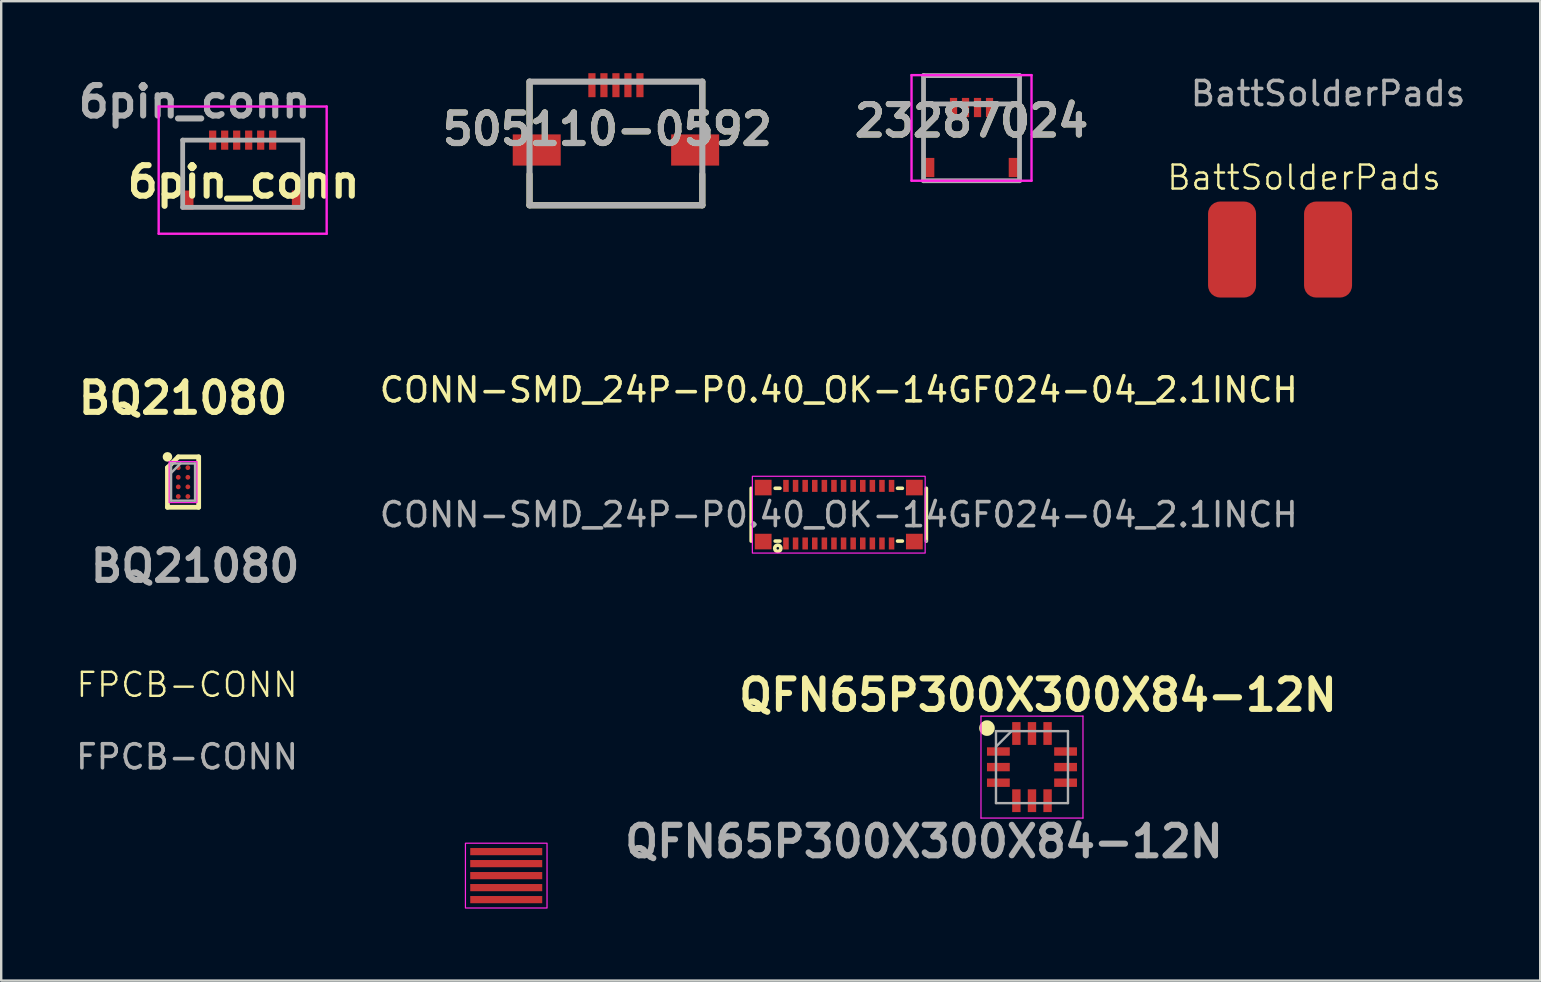
<source format=kicad_pcb>
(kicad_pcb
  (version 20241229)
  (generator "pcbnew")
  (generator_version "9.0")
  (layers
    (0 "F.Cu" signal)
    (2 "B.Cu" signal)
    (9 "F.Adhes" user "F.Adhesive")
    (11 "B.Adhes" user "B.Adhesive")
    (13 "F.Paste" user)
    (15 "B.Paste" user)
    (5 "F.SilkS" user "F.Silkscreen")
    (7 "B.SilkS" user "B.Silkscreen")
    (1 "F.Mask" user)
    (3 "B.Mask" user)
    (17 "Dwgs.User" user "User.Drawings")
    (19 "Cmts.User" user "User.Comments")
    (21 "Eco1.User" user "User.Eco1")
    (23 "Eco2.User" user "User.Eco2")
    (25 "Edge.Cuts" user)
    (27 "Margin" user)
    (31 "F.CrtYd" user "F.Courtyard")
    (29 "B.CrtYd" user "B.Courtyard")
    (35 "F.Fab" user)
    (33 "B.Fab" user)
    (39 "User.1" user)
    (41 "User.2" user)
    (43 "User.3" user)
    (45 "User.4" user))
  (footprint "23287024"
    (layer "F.Cu")
    (at 37.432 2.88)
    (property "Reference" "23287024" (at 0 -0.9 0) (layer "F.SilkS") (effects (font (size 1.27 1.27) (thickness 0.254))))
    (attr smd)
    (fp_line (start -2 -1.6) (end -1.5 -1.6) (stroke (width 0.1) (type solid)) (layer "F.SilkS"))
    (fp_line (start -2 0.1) (end -2 -1.6) (stroke (width 0.1) (type solid)) (layer "F.SilkS"))
    (fp_line (start -1 1.6) (end 1 1.6) (stroke (width 0.1) (type solid)) (layer "F.SilkS"))
    (fp_line (start 2 -1.6) (end 1.5 -1.6) (stroke (width 0.1) (type solid)) (layer "F.SilkS"))
    (fp_line (start 2 0.1) (end 2 -1.6) (stroke (width 0.1) (type solid)) (layer "F.SilkS"))
    (fp_line (start -2.5 -2.8) (end 2.5 -2.8) (stroke (width 0.1) (type solid)) (layer "F.CrtYd"))
    (fp_line (start -2.5 1.6) (end -2.5 -2.8) (stroke (width 0.1) (type solid)) (layer "F.CrtYd"))
    (fp_line (start 2.5 -2.8) (end 2.5 1.6) (stroke (width 0.1) (type solid)) (layer "F.CrtYd"))
    (fp_line (start 2.5 1.6) (end -2.5 1.6) (stroke (width 0.1) (type solid)) (layer "F.CrtYd"))
    (fp_line (start -2 -2.78) (end 2 -2.78) (stroke (width 0.2) (type solid)) (layer "F.Fab"))
    (fp_line (start -2 -1.6) (end 2 -1.6) (stroke (width 0.2) (type solid)) (layer "F.Fab"))
    (fp_line (start -2 1.6) (end -2 -2.78) (stroke (width 0.2) (type solid)) (layer "F.Fab"))
    (fp_line (start 2 -2.78) (end 2 1.6) (stroke (width 0.2) (type solid)) (layer "F.Fab"))
    (fp_line (start 2 1.6) (end -2 1.6) (stroke (width 0.2) (type solid)) (layer "F.Fab"))
    (fp_text user "${REFERENCE}" (at 0 -0.9 0) (layer "F.Fab") (effects (font (size 1.27 1.27) (thickness 0.254))))
    (pad "1" smd rect (at 0.75 -1.45) (size 0.3 0.8) (layers "F.Cu" "F.Mask" "F.Paste"))
    (pad "2" smd rect (at 0.25 -1.45) (size 0.3 0.8) (layers "F.Cu" "F.Mask" "F.Paste"))
    (pad "3" smd rect (at -0.25 -1.45) (size 0.3 0.8) (layers "F.Cu" "F.Mask" "F.Paste"))
    (pad "4" smd rect (at -0.75 -1.45) (size 0.3 0.8) (layers "F.Cu" "F.Mask" "F.Paste"))
    (pad "MP1" smd rect (at 1.75 1.05) (size 0.4 0.8) (layers "F.Cu" "F.Mask" "F.Paste"))
    (pad "MP2" smd rect (at -1.75 1.05) (size 0.4 0.8) (layers "F.Cu" "F.Mask" "F.Paste")))
  (footprint "505110-0592"
    (layer "F.Cu")
    (at 22.615 0.353)
    (property "Reference" "505110-0592" (at -0.363 1.981 0) (layer "F.SilkS") (effects (font (size 1.27 1.27) (thickness 0.254))))
    (attr smd)
    (fp_line (start -3.6 0) (end -3.6 1.748) (stroke (width 0.254) (type solid)) (layer "F.SilkS"))
    (fp_line (start -3.6 5.15) (end -3.6 3.861) (stroke (width 0.254) (type solid)) (layer "F.SilkS"))
    (fp_line (start -3.6 5.15) (end 3.6 5.15) (stroke (width 0.254) (type solid)) (layer "F.SilkS"))
    (fp_line (start 3.6 0) (end 3.6 1.748) (stroke (width 0.254) (type solid)) (layer "F.SilkS"))
    (fp_line (start 3.6 5.15) (end 3.6 3.861) (stroke (width 0.254) (type solid)) (layer "F.SilkS"))
    (fp_line (start -3.6 0) (end 3.6 0) (stroke (width 0.254) (type solid)) (layer "F.Fab"))
    (fp_line (start -3.6 5.15) (end -3.6 0) (stroke (width 0.254) (type solid)) (layer "F.Fab"))
    (fp_line (start 3.6 0) (end 3.6 5.15) (stroke (width 0.254) (type solid)) (layer "F.Fab"))
    (fp_line (start 3.6 5.15) (end -3.6 5.15) (stroke (width 0.254) (type solid)) (layer "F.Fab"))
    (fp_text user "${REFERENCE}" (at -0.363 1.981 0) (layer "F.Fab") (effects (font (size 1.27 1.27) (thickness 0.254))))
    (pad "1" smd rect (at -1 0.147) (size 0.3 1) (layers "F.Cu" "F.Mask" "F.Paste"))
    (pad "2" smd rect (at -0.5 0.147) (size 0.3 1) (layers "F.Cu" "F.Mask" "F.Paste"))
    (pad "3" smd rect (at 0 0.147) (size 0.3 1) (layers "F.Cu" "F.Mask" "F.Paste"))
    (pad "4" smd rect (at 0.5 0.147) (size 0.3 1) (layers "F.Cu" "F.Mask" "F.Paste"))
    (pad "5" smd rect (at 1 0.147) (size 0.3 1) (layers "F.Cu" "F.Mask" "F.Paste"))
    (pad "6" smd rect (at -3.3 2.847 90) (size 1.3 2) (layers "F.Cu" "F.Mask" "F.Paste"))
    (pad "7" smd rect (at 3.3 2.847 90) (size 1.3 2) (layers "F.Cu" "F.Mask" "F.Paste")))
  (footprint "6pin_conn"
    (layer "F.Cu")
    (at 7.062 4.189)
    (property "Reference" "6pin_conn" (at 0.041 0.339 0) (layer "F.SilkS") (effects (font (size 1.27 1.27) (thickness 0.254))))
    (attr smd)
    (fp_line (start -2.5 -1.4) (end -2.5 0.2) (stroke (width 0.1) (type solid)) (layer "F.SilkS"))
    (fp_line (start -2 -1.4) (end -2.5 -1.4) (stroke (width 0.1) (type solid)) (layer "F.SilkS"))
    (fp_line (start -1.5 1.4) (end 1.5 1.4) (stroke (width 0.1) (type solid)) (layer "F.SilkS"))
    (fp_line (start 2 -1.4) (end 2.5 -1.4) (stroke (width 0.1) (type solid)) (layer "F.SilkS"))
    (fp_line (start 2.5 -1.4) (end 2.5 0.2) (stroke (width 0.1) (type solid)) (layer "F.SilkS"))
    (fp_line (start -3.5 -2.8) (end 3.5 -2.8) (stroke (width 0.1) (type solid)) (layer "F.CrtYd"))
    (fp_line (start -3.5 2.5) (end -3.5 -2.8) (stroke (width 0.1) (type solid)) (layer "F.CrtYd"))
    (fp_line (start 3.5 -2.8) (end 3.5 2.5) (stroke (width 0.1) (type solid)) (layer "F.CrtYd"))
    (fp_line (start 3.5 2.5) (end -3.5 2.5) (stroke (width 0.1) (type solid)) (layer "F.CrtYd"))
    (fp_line (start -2.5 -1.4) (end 2.5 -1.4) (stroke (width 0.2) (type solid)) (layer "F.Fab"))
    (fp_line (start -2.5 1.4) (end -2.5 -1.4) (stroke (width 0.2) (type solid)) (layer "F.Fab"))
    (fp_line (start 2.5 -1.4) (end 2.5 1.4) (stroke (width 0.2) (type solid)) (layer "F.Fab"))
    (fp_line (start 2.5 1.4) (end -2.5 1.4) (stroke (width 0.2) (type solid)) (layer "F.Fab"))
    (fp_text user "${REFERENCE}" (at -2 -3 0) (layer "F.Fab") (effects (font (size 1.27 1.27) (thickness 0.254))))
    (pad "1" smd rect (at 1.25 -1.4) (size 0.3 0.8) (layers "F.Cu" "F.Mask" "F.Paste"))
    (pad "2" smd rect (at 0.75 -1.4) (size 0.3 0.8) (layers "F.Cu" "F.Mask" "F.Paste"))
    (pad "3" smd rect (at 0.25 -1.4) (size 0.3 0.8) (layers "F.Cu" "F.Mask" "F.Paste"))
    (pad "4" smd rect (at -0.25 -1.4) (size 0.3 0.8) (layers "F.Cu" "F.Mask" "F.Paste"))
    (pad "5" smd rect (at -0.75 -1.4) (size 0.3 0.8) (layers "F.Cu" "F.Mask" "F.Paste"))
    (pad "6" smd rect (at -1.25 -1.4) (size 0.3 0.8) (layers "F.Cu" "F.Mask" "F.Paste"))
    (pad "MP1" smd rect (at -2.25 1.1) (size 0.4 0.8) (layers "F.Cu" "F.Mask" "F.Paste"))
    (pad "MP2" smd rect (at 2.25 1.1) (size 0.4 0.8) (layers "F.Cu" "F.Mask" "F.Paste")))
  (footprint "CONN-SMD_24P-P0.40_OK-14GF024-04_2.1INCH"
    (layer "F.Cu")
    (at 31.9 18.396)
    (property "Reference" "CONN-SMD_24P-P0.40_OK-14GF024-04_2.1INCH" (at 0 -5.2 0) (layer "F.SilkS") (effects (font (size 1 1) (thickness 0.15))))
    (attr through_hole)
    (fp_line (start -3.65 1.1) (end -3.65 -1.1) (stroke (width 0.15) (type solid)) (layer "F.SilkS"))
    (fp_line (start -2.65 -1.1) (end -2.45 -1.1) (stroke (width 0.15) (type solid)) (layer "F.SilkS"))
    (fp_line (start -2.65 1.1) (end -2.45 1.1) (stroke (width 0.15) (type solid)) (layer "F.SilkS"))
    (fp_line (start 2.45 -1.1) (end 2.65 -1.1) (stroke (width 0.15) (type solid)) (layer "F.SilkS"))
    (fp_line (start 2.45 1.1) (end 2.65 1.1) (stroke (width 0.15) (type solid)) (layer "F.SilkS"))
    (fp_line (start 3.65 1.1) (end 3.65 -1.1) (stroke (width 0.15) (type solid)) (layer "F.SilkS"))
    (fp_circle (center -2.54 1.4) (end -2.41 1.4) (stroke (width 0.15) (type solid)) (fill no) (layer "F.SilkS"))
    (fp_rect (start -3.6 -1.6) (end 3.6 1.6) (stroke (width 0.05) (type default)) (fill no) (layer "F.CrtYd"))
    (fp_circle (center 3.65 1.1) (end 3.68 1.1) (stroke (width 0.06) (type solid)) (fill no) (layer "F.Fab"))
    (fp_text user "${REFERENCE}" (at 0 0 0) (layer "F.Fab") (effects (font (size 1 1) (thickness 0.15))))
    (pad "1" smd rect (at -2.2 1.2 180) (size 0.23 0.5) (layers "F.Cu" "F.Mask" "F.Paste"))
    (pad "2" smd rect (at -1.8 1.2 180) (size 0.23 0.5) (layers "F.Cu" "F.Mask" "F.Paste"))
    (pad "3" smd rect (at -1.4 1.2 180) (size 0.23 0.5) (layers "F.Cu" "F.Mask" "F.Paste"))
    (pad "4" smd rect (at -1 1.2 180) (size 0.23 0.5) (layers "F.Cu" "F.Mask" "F.Paste"))
    (pad "5" smd rect (at -0.6 1.2 180) (size 0.23 0.5) (layers "F.Cu" "F.Mask" "F.Paste"))
    (pad "6" smd rect (at -0.2 1.2 180) (size 0.23 0.5) (layers "F.Cu" "F.Mask" "F.Paste"))
    (pad "7" smd rect (at 0.2 1.2 180) (size 0.23 0.5) (layers "F.Cu" "F.Mask" "F.Paste"))
    (pad "8" smd rect (at 0.6 1.2 180) (size 0.23 0.5) (layers "F.Cu" "F.Mask" "F.Paste"))
    (pad "9" smd rect (at 1 1.2 180) (size 0.23 0.5) (layers "F.Cu" "F.Mask" "F.Paste"))
    (pad "10" smd rect (at 1.4 1.2 180) (size 0.23 0.5) (layers "F.Cu" "F.Mask" "F.Paste"))
    (pad "11" smd rect (at 1.8 1.2 180) (size 0.23 0.5) (layers "F.Cu" "F.Mask" "F.Paste"))
    (pad "12" smd rect (at 2.2 1.2 180) (size 0.23 0.5) (layers "F.Cu" "F.Mask" "F.Paste"))
    (pad "13" smd rect (at 2.2 -1.2 180) (size 0.23 0.5) (layers "F.Cu" "F.Mask" "F.Paste"))
    (pad "14" smd rect (at 1.8 -1.2 180) (size 0.23 0.5) (layers "F.Cu" "F.Mask" "F.Paste"))
    (pad "15" smd rect (at 1.4 -1.2 180) (size 0.23 0.5) (layers "F.Cu" "F.Mask" "F.Paste"))
    (pad "16" smd rect (at 1 -1.2 180) (size 0.23 0.5) (layers "F.Cu" "F.Mask" "F.Paste"))
    (pad "17" smd rect (at 0.6 -1.2 180) (size 0.23 0.5) (layers "F.Cu" "F.Mask" "F.Paste"))
    (pad "18" smd rect (at 0.2 -1.2 180) (size 0.23 0.5) (layers "F.Cu" "F.Mask" "F.Paste"))
    (pad "19" smd rect (at -0.2 -1.2 180) (size 0.23 0.5) (layers "F.Cu" "F.Mask" "F.Paste"))
    (pad "20" smd rect (at -0.6 -1.2 180) (size 0.23 0.5) (layers "F.Cu" "F.Mask" "F.Paste"))
    (pad "21" smd rect (at -1 -1.2 180) (size 0.23 0.5) (layers "F.Cu" "F.Mask" "F.Paste"))
    (pad "22" smd rect (at -1.4 -1.2 180) (size 0.23 0.5) (layers "F.Cu" "F.Mask" "F.Paste"))
    (pad "23" smd rect (at -1.8 -1.2 180) (size 0.23 0.5) (layers "F.Cu" "F.Mask" "F.Paste"))
    (pad "24" smd rect (at -2.2 -1.2 180) (size 0.23 0.5) (layers "F.Cu" "F.Mask" "F.Paste"))
    (pad "MP" smd rect (at -3.15 -1.13) (size 0.7 0.65) (layers "F.Cu" "F.Mask" "F.Paste"))
    (pad "MP" smd rect (at -3.15 1.12) (size 0.7 0.65) (layers "F.Cu" "F.Mask" "F.Paste"))
    (pad "MP" smd rect (at 3.15 -1.13) (size 0.7 0.65) (layers "F.Cu" "F.Mask" "F.Paste"))
    (pad "MP" smd rect (at 3.15 1.12) (size 0.7 0.65) (layers "F.Cu" "F.Mask" "F.Paste")))
  (footprint "BattSolderPads"
    (layer "F.Cu")
    (at 48.288 7.348)
    (property "Reference" "BattSolderPads" (at 3 -3 0) (unlocked yes) (layer "F.SilkS") (effects (font (size 1 1) (thickness 0.1))))
    (attr smd)
    (fp_text user "${REFERENCE}" (at 4 -6.5 0) (unlocked yes) (layer "F.Fab") (effects (font (size 1 1) (thickness 0.15))))
    (pad "1" smd roundrect (at 0 0) (size 2 4) (layers "F.Cu" "F.Mask" "F.Paste") (roundrect_rratio 0.25))
    (pad "2" smd roundrect (at 4 0) (size 2 4) (layers "F.Cu" "F.Mask" "F.Paste") (roundrect_rratio 0.25)))
  (footprint "QFN65P300X300X84-12N"
    (layer "F.Cu")
    (at 39.951 28.914)
    (property "Reference" "QFN65P300X300X84-12N" (at 0.25 -3 0) (layer "F.SilkS") (effects (font (size 1.27 1.27) (thickness 0.254))))
    (attr smd)
    (fp_circle (center -1.875 -1.625) (end -1.875 -1.462) (stroke (width 0.325) (type solid)) (fill no) (layer "F.SilkS"))
    (fp_line (start -2.125 -2.125) (end 2.125 -2.125) (stroke (width 0.05) (type solid)) (layer "F.CrtYd"))
    (fp_line (start -2.125 2.125) (end -2.125 -2.125) (stroke (width 0.05) (type solid)) (layer "F.CrtYd"))
    (fp_line (start 2.125 -2.125) (end 2.125 2.125) (stroke (width 0.05) (type solid)) (layer "F.CrtYd"))
    (fp_line (start 2.125 2.125) (end -2.125 2.125) (stroke (width 0.05) (type solid)) (layer "F.CrtYd"))
    (fp_line (start -1.5 -1.5) (end 1.5 -1.5) (stroke (width 0.1) (type solid)) (layer "F.Fab"))
    (fp_line (start -1.5 -0.85) (end -0.85 -1.5) (stroke (width 0.1) (type solid)) (layer "F.Fab"))
    (fp_line (start -1.5 1.5) (end -1.5 -1.5) (stroke (width 0.1) (type solid)) (layer "F.Fab"))
    (fp_line (start 1.5 -1.5) (end 1.5 1.5) (stroke (width 0.1) (type solid)) (layer "F.Fab"))
    (fp_line (start 1.5 1.5) (end -1.5 1.5) (stroke (width 0.1) (type solid)) (layer "F.Fab"))
    (fp_text user "${REFERENCE}" (at -4.5 3.1 0) (layer "F.Fab") (effects (font (size 1.27 1.27) (thickness 0.254))))
    (pad "1" smd rect (at -1.4 -0.65 90) (size 0.35 0.95) (layers "F.Cu" "F.Mask" "F.Paste"))
    (pad "2" smd rect (at -1.4 0 90) (size 0.35 0.95) (layers "F.Cu" "F.Mask" "F.Paste"))
    (pad "3" smd rect (at -1.4 0.65 90) (size 0.35 0.95) (layers "F.Cu" "F.Mask" "F.Paste"))
    (pad "4" smd rect (at -0.65 1.4) (size 0.35 0.95) (layers "F.Cu" "F.Mask" "F.Paste"))
    (pad "5" smd rect (at 0 1.4) (size 0.35 0.95) (layers "F.Cu" "F.Mask" "F.Paste"))
    (pad "6" smd rect (at 0.65 1.4) (size 0.35 0.95) (layers "F.Cu" "F.Mask" "F.Paste"))
    (pad "7" smd rect (at 1.4 0.65 90) (size 0.35 0.95) (layers "F.Cu" "F.Mask" "F.Paste"))
    (pad "8" smd rect (at 1.4 0 90) (size 0.35 0.95) (layers "F.Cu" "F.Mask" "F.Paste"))
    (pad "9" smd rect (at 1.4 -0.65 90) (size 0.35 0.95) (layers "F.Cu" "F.Mask" "F.Paste"))
    (pad "10" smd rect (at 0.65 -1.4) (size 0.35 0.95) (layers "F.Cu" "F.Mask" "F.Paste"))
    (pad "11" smd rect (at 0 -1.4) (size 0.35 0.95) (layers "F.Cu" "F.Mask" "F.Paste"))
    (pad "12" smd rect (at -0.65 -1.4) (size 0.35 0.95) (layers "F.Cu" "F.Mask" "F.Paste")))
  (footprint "BQ21080"
    (layer "F.Cu")
    (at 4.578 17.037)
    (property "Reference" "BQ21080" (at 0 -3.5 0) (layer "F.SilkS") (effects (font (size 1.27 1.27) (thickness 0.254))))
    (attr smd)
    (fp_line (start -0.65 -0.6) (end -0.2 -1.05) (stroke (width 0.2) (type solid)) (layer "F.SilkS"))
    (fp_line (start -0.65 1.05) (end -0.65 -0.6) (stroke (width 0.2) (type solid)) (layer "F.SilkS"))
    (fp_line (start -0.2 -1.05) (end 0.65 -1.05) (stroke (width 0.2) (type solid)) (layer "F.SilkS"))
    (fp_line (start 0.65 -1.05) (end 0.65 1.05) (stroke (width 0.2) (type solid)) (layer "F.SilkS"))
    (fp_line (start 0.65 1.05) (end -0.65 1.05) (stroke (width 0.2) (type solid)) (layer "F.SilkS"))
    (fp_circle (center -0.65 -1.05) (end -0.65 -0.95) (stroke (width 0.2) (type solid)) (fill no) (layer "F.SilkS"))
    (fp_rect (start -0.581 -0.855) (end 0.579 0.855) (stroke (width 0.05) (type default)) (fill no) (layer "F.CrtYd"))
    (fp_line (start -0.5 -0.775) (end 0.5 -0.775) (stroke (width 0.1) (type solid)) (layer "F.Fab"))
    (fp_line (start -0.5 -0.38) (end -0.105 -0.775) (stroke (width 0.1) (type solid)) (layer "F.Fab"))
    (fp_line (start -0.5 0.775) (end -0.5 -0.775) (stroke (width 0.1) (type solid)) (layer "F.Fab"))
    (fp_line (start 0.5 -0.775) (end 0.5 0.775) (stroke (width 0.1) (type solid)) (layer "F.Fab"))
    (fp_line (start 0.5 0.775) (end -0.5 0.775) (stroke (width 0.1) (type solid)) (layer "F.Fab"))
    (fp_text user "${REFERENCE}" (at 0.5 3.5 0) (layer "F.Fab") (effects (font (size 1.27 1.27) (thickness 0.254))))
    (pad "A1" smd circle (at -0.2 -0.6 90) (size 0.2 0.2) (layers "F.Cu" "F.Mask" "F.Paste"))
    (pad "A2" smd circle (at 0.2 -0.6 90) (size 0.2 0.2) (layers "F.Cu" "F.Mask" "F.Paste"))
    (pad "B1" smd circle (at -0.2 -0.2 90) (size 0.2 0.2) (layers "F.Cu" "F.Mask" "F.Paste"))
    (pad "B2" smd circle (at 0.2 -0.2 90) (size 0.2 0.2) (layers "F.Cu" "F.Mask" "F.Paste"))
    (pad "C1" smd circle (at -0.2 0.2 90) (size 0.2 0.2) (layers "F.Cu" "F.Mask" "F.Paste"))
    (pad "C2" smd circle (at 0.2 0.2 90) (size 0.2 0.2) (layers "F.Cu" "F.Mask" "F.Paste"))
    (pad "D1" smd circle (at -0.2 0.6 90) (size 0.2 0.2) (layers "F.Cu" "F.Mask" "F.Paste"))
    (pad "D2" smd circle (at 0.2 0.6 90) (size 0.2 0.2) (layers "F.Cu" "F.Mask" "F.Paste")))
  (footprint "FPCB-CONN"
    (layer "F.Cu")
    (at 16.544 32.286)
    (property "Reference" "FPCB-CONN" (at -11.8 -6.8 0) (unlocked yes) (layer "F.SilkS") (effects (font (size 1 1) (thickness 0.1))))
    (attr smd)
    (fp_rect (start -0.2 -0.2) (end 3.2 2.5) (stroke (width 0.05) (type default)) (fill no) (layer "F.CrtYd"))
    (fp_text user "${REFERENCE}" (at -11.8 -3.8 0) (unlocked yes) (layer "F.Fab") (effects (font (size 1 1) (thickness 0.15))))
    (pad "1" smd custom (at 0.1 0.15) (size 0.2 0.2) (layers "F.Cu" "F.Mask" "F.Paste") (options (anchor circle)) (primitives (gr_rect (start -0.1 -0.15) (end 2.9 0.15) (width 0) (fill yes))))
    (pad "2" smd custom (at 0.1 0.65) (size 0.2 0.2) (layers "F.Cu" "F.Mask" "F.Paste") (options (anchor circle)) (primitives (gr_rect (start -0.1 -0.15) (end 2.9 0.15) (width 0) (fill yes))))
    (pad "3" smd custom (at 0.1 1.15) (size 0.2 0.2) (layers "F.Cu" "F.Mask" "F.Paste") (options (anchor circle)) (primitives (gr_rect (start -0.1 -0.15) (end 2.9 0.15) (width 0) (fill yes))))
    (pad "4" smd custom (at 0.1 1.65) (size 0.2 0.2) (layers "F.Cu" "F.Mask" "F.Paste") (options (anchor circle)) (primitives (gr_rect (start -0.1 -0.15) (end 2.9 0.15) (width 0) (fill yes))))
    (pad "5" smd custom (at 0.1 2.15) (size 0.2 0.2) (layers "F.Cu" "F.Mask" "F.Paste") (options (anchor circle)) (primitives (gr_rect (start -0.1 -0.15) (end 2.9 0.15) (width 0) (fill yes)))))
  (gr_rect
    (start -3 -3)
    (end 61.128 37.811)
    (stroke (width 0.1) (type default))
    (fill no)
    (layer "Edge.Cuts")))
</source>
